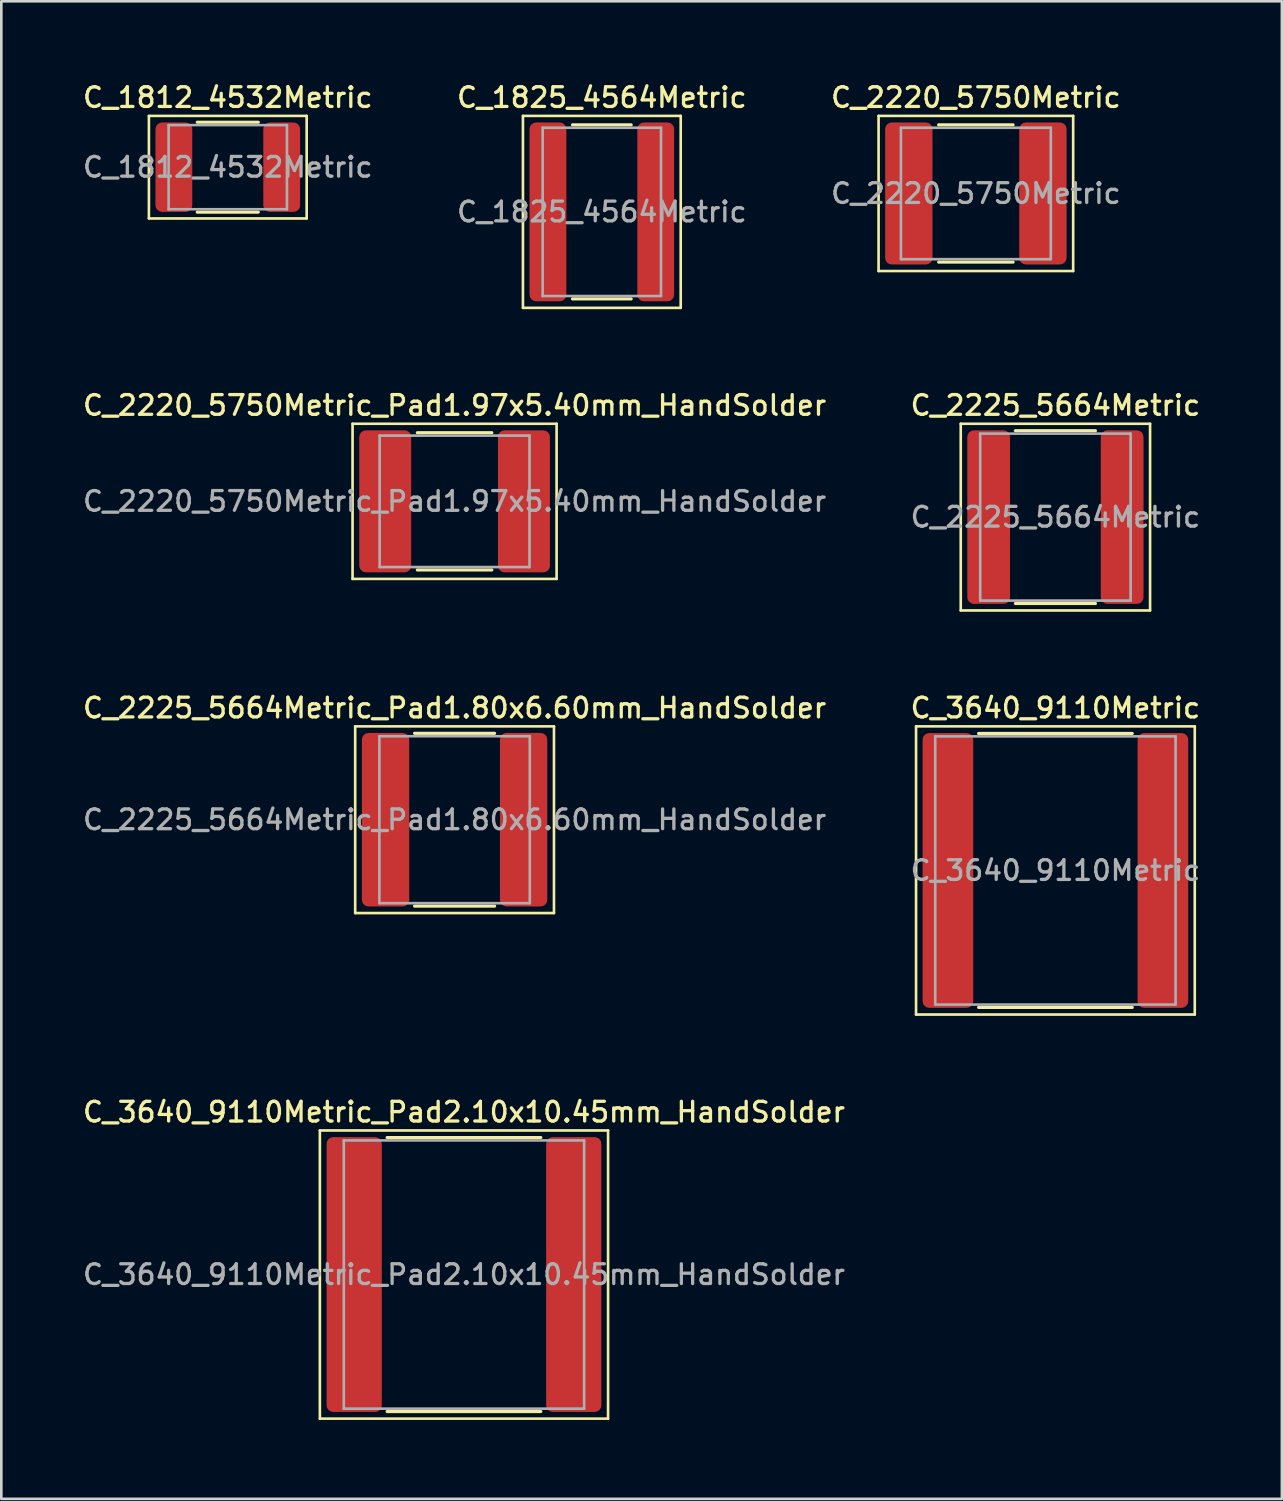
<source format=kicad_pcb>
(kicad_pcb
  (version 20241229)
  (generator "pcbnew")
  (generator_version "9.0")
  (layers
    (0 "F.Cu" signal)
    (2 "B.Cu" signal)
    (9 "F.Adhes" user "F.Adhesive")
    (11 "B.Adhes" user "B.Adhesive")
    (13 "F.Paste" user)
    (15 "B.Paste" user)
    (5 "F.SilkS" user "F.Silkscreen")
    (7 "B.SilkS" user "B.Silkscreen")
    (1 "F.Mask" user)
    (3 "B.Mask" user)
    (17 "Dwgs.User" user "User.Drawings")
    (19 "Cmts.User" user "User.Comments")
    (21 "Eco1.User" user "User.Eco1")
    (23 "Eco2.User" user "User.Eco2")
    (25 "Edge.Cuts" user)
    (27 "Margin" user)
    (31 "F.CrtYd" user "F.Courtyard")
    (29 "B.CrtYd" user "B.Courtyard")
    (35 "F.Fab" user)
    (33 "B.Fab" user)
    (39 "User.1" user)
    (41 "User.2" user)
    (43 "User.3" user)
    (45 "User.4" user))
  (footprint "C_2225_5664Metric_Pad1.80x6.60mm_HandSolder"
    (layer "F.Cu")
    (at 14.238 28.124)
    (property "Reference" "C_2225_5664Metric_Pad1.80x6.60mm_HandSolder" (at 0 -4.25 0) (layer "F.SilkS") (effects (font (size 0.75 0.75) (thickness 0.125))))
    (attr smd)
    (fp_line (start -3.78 -3.55) (end 3.78 -3.55) (stroke (width 0.1) (type solid)) (layer "F.SilkS"))
    (fp_line (start -3.78 3.55) (end -3.78 -3.55) (stroke (width 0.1) (type solid)) (layer "F.SilkS"))
    (fp_line (start -1.522 -3.285) (end 1.522 -3.285) (stroke (width 0.12) (type solid)) (layer "F.SilkS"))
    (fp_line (start -1.522 3.285) (end 1.522 3.285) (stroke (width 0.12) (type solid)) (layer "F.SilkS"))
    (fp_line (start 3.78 -3.55) (end 3.78 3.55) (stroke (width 0.1) (type solid)) (layer "F.SilkS"))
    (fp_line (start 3.78 3.55) (end -3.78 3.55) (stroke (width 0.1) (type solid)) (layer "F.SilkS"))
    (fp_line (start -2.86 -3.175) (end 2.86 -3.175) (stroke (width 0.1) (type solid)) (layer "F.Fab"))
    (fp_line (start -2.86 3.175) (end -2.86 -3.175) (stroke (width 0.1) (type solid)) (layer "F.Fab"))
    (fp_line (start 2.86 -3.175) (end 2.86 3.175) (stroke (width 0.1) (type solid)) (layer "F.Fab"))
    (fp_line (start 2.86 3.175) (end -2.86 3.175) (stroke (width 0.1) (type solid)) (layer "F.Fab"))
    (fp_text user "${REFERENCE}" (at 0 0 0) (layer "F.Fab") (effects (font (size 0.75 0.75) (thickness 0.125))))
    (pad "1" smd roundrect (at -2.625 0) (size 1.8 6.6) (layers "F.Cu" "F.Mask" "F.Paste") (roundrect_rratio 0.139))
    (pad "2" smd roundrect (at 2.625 0) (size 1.8 6.6) (layers "F.Cu" "F.Mask" "F.Paste") (roundrect_rratio 0.139)))
  (footprint "C_1825_4564Metric"
    (layer "F.Cu")
    (at 19.838 5.008)
    (property "Reference" "C_1825_4564Metric" (at 0 -4.35 0) (layer "F.SilkS") (effects (font (size 0.75 0.75) (thickness 0.125))))
    (attr smd)
    (fp_line (start -3 -3.65) (end 3 -3.65) (stroke (width 0.1) (type solid)) (layer "F.SilkS"))
    (fp_line (start -3 3.65) (end -3 -3.65) (stroke (width 0.1) (type solid)) (layer "F.SilkS"))
    (fp_line (start -1.116 -3.31) (end 1.116 -3.31) (stroke (width 0.12) (type solid)) (layer "F.SilkS"))
    (fp_line (start -1.116 3.31) (end 1.116 3.31) (stroke (width 0.12) (type solid)) (layer "F.SilkS"))
    (fp_line (start 3 -3.65) (end 3 3.65) (stroke (width 0.1) (type solid)) (layer "F.SilkS"))
    (fp_line (start 3 3.65) (end -3 3.65) (stroke (width 0.1) (type solid)) (layer "F.SilkS"))
    (fp_line (start -2.25 -3.2) (end 2.25 -3.2) (stroke (width 0.1) (type solid)) (layer "F.Fab"))
    (fp_line (start -2.25 3.2) (end -2.25 -3.2) (stroke (width 0.1) (type solid)) (layer "F.Fab"))
    (fp_line (start 2.25 -3.2) (end 2.25 3.2) (stroke (width 0.1) (type solid)) (layer "F.Fab"))
    (fp_line (start 2.25 3.2) (end -2.25 3.2) (stroke (width 0.1) (type solid)) (layer "F.Fab"))
    (fp_text user "${REFERENCE}" (at 0 0 0) (layer "F.Fab") (effects (font (size 0.75 0.75) (thickness 0.125))))
    (pad "1" smd roundrect (at -2.05 0) (size 1.4 6.8) (layers "F.Cu" "F.Mask" "F.Paste") (roundrect_rratio 0.179))
    (pad "2" smd roundrect (at 2.05 0) (size 1.4 6.8) (layers "F.Cu" "F.Mask" "F.Paste") (roundrect_rratio 0.179)))
  (footprint "C_2225_5664Metric"
    (layer "F.Cu")
    (at 37.088 16.616)
    (property "Reference" "C_2225_5664Metric" (at 0 -4.25 0) (layer "F.SilkS") (effects (font (size 0.75 0.75) (thickness 0.125))))
    (attr smd)
    (fp_line (start -3.6 -3.55) (end 3.6 -3.55) (stroke (width 0.1) (type solid)) (layer "F.SilkS"))
    (fp_line (start -3.6 3.55) (end -3.6 -3.55) (stroke (width 0.1) (type solid)) (layer "F.SilkS"))
    (fp_line (start -1.522 -3.285) (end 1.522 -3.285) (stroke (width 0.12) (type solid)) (layer "F.SilkS"))
    (fp_line (start -1.522 3.285) (end 1.522 3.285) (stroke (width 0.12) (type solid)) (layer "F.SilkS"))
    (fp_line (start 3.6 -3.55) (end 3.6 3.55) (stroke (width 0.1) (type solid)) (layer "F.SilkS"))
    (fp_line (start 3.6 3.55) (end -3.6 3.55) (stroke (width 0.1) (type solid)) (layer "F.SilkS"))
    (fp_line (start -2.86 -3.175) (end 2.86 -3.175) (stroke (width 0.1) (type solid)) (layer "F.Fab"))
    (fp_line (start -2.86 3.175) (end -2.86 -3.175) (stroke (width 0.1) (type solid)) (layer "F.Fab"))
    (fp_line (start 2.86 -3.175) (end 2.86 3.175) (stroke (width 0.1) (type solid)) (layer "F.Fab"))
    (fp_line (start 2.86 3.175) (end -2.86 3.175) (stroke (width 0.1) (type solid)) (layer "F.Fab"))
    (fp_text user "${REFERENCE}" (at 0 0 0) (layer "F.Fab") (effects (font (size 0.75 0.75) (thickness 0.125))))
    (pad "1" smd roundrect (at -2.538 0) (size 1.625 6.6) (layers "F.Cu" "F.Mask" "F.Paste") (roundrect_rratio 0.154))
    (pad "2" smd roundrect (at 2.538 0) (size 1.625 6.6) (layers "F.Cu" "F.Mask" "F.Paste") (roundrect_rratio 0.154)))
  (footprint "C_3640_9110Metric_Pad2.10x10.45mm_HandSolder"
    (layer "F.Cu")
    (at 14.595 45.422)
    (property "Reference" "C_3640_9110Metric_Pad2.10x10.45mm_HandSolder" (at 0 -6.18 0) (layer "F.SilkS") (effects (font (size 0.75 0.75) (thickness 0.125))))
    (attr smd)
    (fp_line (start -5.48 -5.48) (end 5.48 -5.48) (stroke (width 0.1) (type solid)) (layer "F.SilkS"))
    (fp_line (start -5.48 5.48) (end -5.48 -5.48) (stroke (width 0.1) (type solid)) (layer "F.SilkS"))
    (fp_line (start -2.922 -5.21) (end 2.922 -5.21) (stroke (width 0.12) (type solid)) (layer "F.SilkS"))
    (fp_line (start -2.922 5.21) (end 2.922 5.21) (stroke (width 0.12) (type solid)) (layer "F.SilkS"))
    (fp_line (start 5.48 -5.48) (end 5.48 5.48) (stroke (width 0.1) (type solid)) (layer "F.SilkS"))
    (fp_line (start 5.48 5.48) (end -5.48 5.48) (stroke (width 0.1) (type solid)) (layer "F.SilkS"))
    (fp_line (start -4.57 -5.1) (end 4.57 -5.1) (stroke (width 0.1) (type solid)) (layer "F.Fab"))
    (fp_line (start -4.57 5.1) (end -4.57 -5.1) (stroke (width 0.1) (type solid)) (layer "F.Fab"))
    (fp_line (start 4.57 -5.1) (end 4.57 5.1) (stroke (width 0.1) (type solid)) (layer "F.Fab"))
    (fp_line (start 4.57 5.1) (end -4.57 5.1) (stroke (width 0.1) (type solid)) (layer "F.Fab"))
    (fp_text user "${REFERENCE}" (at 0 0 0) (layer "F.Fab") (effects (font (size 0.75 0.75) (thickness 0.125))))
    (pad "1" smd roundrect (at -4.175 0) (size 2.1 10.45) (layers "F.Cu" "F.Mask" "F.Paste") (roundrect_rratio 0.119))
    (pad "2" smd roundrect (at 4.175 0) (size 2.1 10.45) (layers "F.Cu" "F.Mask" "F.Paste") (roundrect_rratio 0.119)))
  (footprint "C_2220_5750Metric_Pad1.97x5.40mm_HandSolder"
    (layer "F.Cu")
    (at 14.238 16.016)
    (property "Reference" "C_2220_5750Metric_Pad1.97x5.40mm_HandSolder" (at 0 -3.65 0) (layer "F.SilkS") (effects (font (size 0.75 0.75) (thickness 0.125))))
    (attr smd)
    (fp_line (start -3.88 -2.95) (end 3.88 -2.95) (stroke (width 0.1) (type solid)) (layer "F.SilkS"))
    (fp_line (start -3.88 2.95) (end -3.88 -2.95) (stroke (width 0.1) (type solid)) (layer "F.SilkS"))
    (fp_line (start -1.416 -2.61) (end 1.416 -2.61) (stroke (width 0.12) (type solid)) (layer "F.SilkS"))
    (fp_line (start -1.416 2.61) (end 1.416 2.61) (stroke (width 0.12) (type solid)) (layer "F.SilkS"))
    (fp_line (start 3.88 -2.95) (end 3.88 2.95) (stroke (width 0.1) (type solid)) (layer "F.SilkS"))
    (fp_line (start 3.88 2.95) (end -3.88 2.95) (stroke (width 0.1) (type solid)) (layer "F.SilkS"))
    (fp_line (start -2.85 -2.5) (end 2.85 -2.5) (stroke (width 0.1) (type solid)) (layer "F.Fab"))
    (fp_line (start -2.85 2.5) (end -2.85 -2.5) (stroke (width 0.1) (type solid)) (layer "F.Fab"))
    (fp_line (start 2.85 -2.5) (end 2.85 2.5) (stroke (width 0.1) (type solid)) (layer "F.Fab"))
    (fp_line (start 2.85 2.5) (end -2.85 2.5) (stroke (width 0.1) (type solid)) (layer "F.Fab"))
    (fp_text user "${REFERENCE}" (at 0 0 0) (layer "F.Fab") (effects (font (size 0.75 0.75) (thickness 0.125))))
    (pad "1" smd roundrect (at -2.638 0) (size 1.975 5.4) (layers "F.Cu" "F.Mask" "F.Paste") (roundrect_rratio 0.127))
    (pad "2" smd roundrect (at 2.638 0) (size 1.975 5.4) (layers "F.Cu" "F.Mask" "F.Paste") (roundrect_rratio 0.127)))
  (footprint "C_1812_4532Metric"
    (layer "F.Cu")
    (at 5.613 3.308)
    (property "Reference" "C_1812_4532Metric" (at 0 -2.65 0) (layer "F.SilkS") (effects (font (size 0.75 0.75) (thickness 0.125))))
    (attr smd)
    (fp_line (start -3 -1.95) (end 3 -1.95) (stroke (width 0.1) (type solid)) (layer "F.SilkS"))
    (fp_line (start -3 1.95) (end -3 -1.95) (stroke (width 0.1) (type solid)) (layer "F.SilkS"))
    (fp_line (start -1.161 -1.71) (end 1.161 -1.71) (stroke (width 0.12) (type solid)) (layer "F.SilkS"))
    (fp_line (start -1.161 1.71) (end 1.161 1.71) (stroke (width 0.12) (type solid)) (layer "F.SilkS"))
    (fp_line (start 3 -1.95) (end 3 1.95) (stroke (width 0.1) (type solid)) (layer "F.SilkS"))
    (fp_line (start 3 1.95) (end -3 1.95) (stroke (width 0.1) (type solid)) (layer "F.SilkS"))
    (fp_line (start -2.25 -1.6) (end 2.25 -1.6) (stroke (width 0.1) (type solid)) (layer "F.Fab"))
    (fp_line (start -2.25 1.6) (end -2.25 -1.6) (stroke (width 0.1) (type solid)) (layer "F.Fab"))
    (fp_line (start 2.25 -1.6) (end 2.25 1.6) (stroke (width 0.1) (type solid)) (layer "F.Fab"))
    (fp_line (start 2.25 1.6) (end -2.25 1.6) (stroke (width 0.1) (type solid)) (layer "F.Fab"))
    (fp_text user "${REFERENCE}" (at 0 0 0) (layer "F.Fab") (effects (font (size 0.75 0.75) (thickness 0.125))))
    (pad "1" smd roundrect (at -2.05 0) (size 1.4 3.4) (layers "F.Cu" "F.Mask" "F.Paste") (roundrect_rratio 0.179))
    (pad "2" smd roundrect (at 2.05 0) (size 1.4 3.4) (layers "F.Cu" "F.Mask" "F.Paste") (roundrect_rratio 0.179)))
  (footprint "C_2220_5750Metric"
    (layer "F.Cu")
    (at 34.063 4.308)
    (property "Reference" "C_2220_5750Metric" (at 0 -3.65 0) (layer "F.SilkS") (effects (font (size 0.75 0.75) (thickness 0.125))))
    (attr smd)
    (fp_line (start -3.7 -2.95) (end 3.7 -2.95) (stroke (width 0.1) (type solid)) (layer "F.SilkS"))
    (fp_line (start -3.7 2.95) (end -3.7 -2.95) (stroke (width 0.1) (type solid)) (layer "F.SilkS"))
    (fp_line (start -1.416 -2.61) (end 1.416 -2.61) (stroke (width 0.12) (type solid)) (layer "F.SilkS"))
    (fp_line (start -1.416 2.61) (end 1.416 2.61) (stroke (width 0.12) (type solid)) (layer "F.SilkS"))
    (fp_line (start 3.7 -2.95) (end 3.7 2.95) (stroke (width 0.1) (type solid)) (layer "F.SilkS"))
    (fp_line (start 3.7 2.95) (end -3.7 2.95) (stroke (width 0.1) (type solid)) (layer "F.SilkS"))
    (fp_line (start -2.85 -2.5) (end 2.85 -2.5) (stroke (width 0.1) (type solid)) (layer "F.Fab"))
    (fp_line (start -2.85 2.5) (end -2.85 -2.5) (stroke (width 0.1) (type solid)) (layer "F.Fab"))
    (fp_line (start 2.85 -2.5) (end 2.85 2.5) (stroke (width 0.1) (type solid)) (layer "F.Fab"))
    (fp_line (start 2.85 2.5) (end -2.85 2.5) (stroke (width 0.1) (type solid)) (layer "F.Fab"))
    (fp_text user "${REFERENCE}" (at 0 0 0) (layer "F.Fab") (effects (font (size 0.75 0.75) (thickness 0.125))))
    (pad "1" smd roundrect (at -2.55 0) (size 1.8 5.4) (layers "F.Cu" "F.Mask" "F.Paste") (roundrect_rratio 0.139))
    (pad "2" smd roundrect (at 2.55 0) (size 1.8 5.4) (layers "F.Cu" "F.Mask" "F.Paste") (roundrect_rratio 0.139)))
  (footprint "C_3640_9110Metric"
    (layer "F.Cu")
    (at 37.088 30.054)
    (property "Reference" "C_3640_9110Metric" (at 0 -6.18 0) (layer "F.SilkS") (effects (font (size 0.75 0.75) (thickness 0.125))))
    (attr smd)
    (fp_line (start -5.3 -5.48) (end 5.3 -5.48) (stroke (width 0.1) (type solid)) (layer "F.SilkS"))
    (fp_line (start -5.3 5.48) (end -5.3 -5.48) (stroke (width 0.1) (type solid)) (layer "F.SilkS"))
    (fp_line (start -2.922 -5.21) (end 2.922 -5.21) (stroke (width 0.12) (type solid)) (layer "F.SilkS"))
    (fp_line (start -2.922 5.21) (end 2.922 5.21) (stroke (width 0.12) (type solid)) (layer "F.SilkS"))
    (fp_line (start 5.3 -5.48) (end 5.3 5.48) (stroke (width 0.1) (type solid)) (layer "F.SilkS"))
    (fp_line (start 5.3 5.48) (end -5.3 5.48) (stroke (width 0.1) (type solid)) (layer "F.SilkS"))
    (fp_line (start -4.57 -5.1) (end 4.57 -5.1) (stroke (width 0.1) (type solid)) (layer "F.Fab"))
    (fp_line (start -4.57 5.1) (end -4.57 -5.1) (stroke (width 0.1) (type solid)) (layer "F.Fab"))
    (fp_line (start 4.57 -5.1) (end 4.57 5.1) (stroke (width 0.1) (type solid)) (layer "F.Fab"))
    (fp_line (start 4.57 5.1) (end -4.57 5.1) (stroke (width 0.1) (type solid)) (layer "F.Fab"))
    (fp_text user "${REFERENCE}" (at 0 0 0) (layer "F.Fab") (effects (font (size 0.75 0.75) (thickness 0.125))))
    (pad "1" smd roundrect (at -4.088 0) (size 1.925 10.45) (layers "F.Cu" "F.Mask" "F.Paste") (roundrect_rratio 0.13))
    (pad "2" smd roundrect (at 4.088 0) (size 1.925 10.45) (layers "F.Cu" "F.Mask" "F.Paste") (roundrect_rratio 0.13)))
  (gr_rect
    (start -3 -3)
    (end 45.7 53.953)
    (stroke (width 0.1) (type default))
    (fill no)
    (layer "Edge.Cuts")))
</source>
